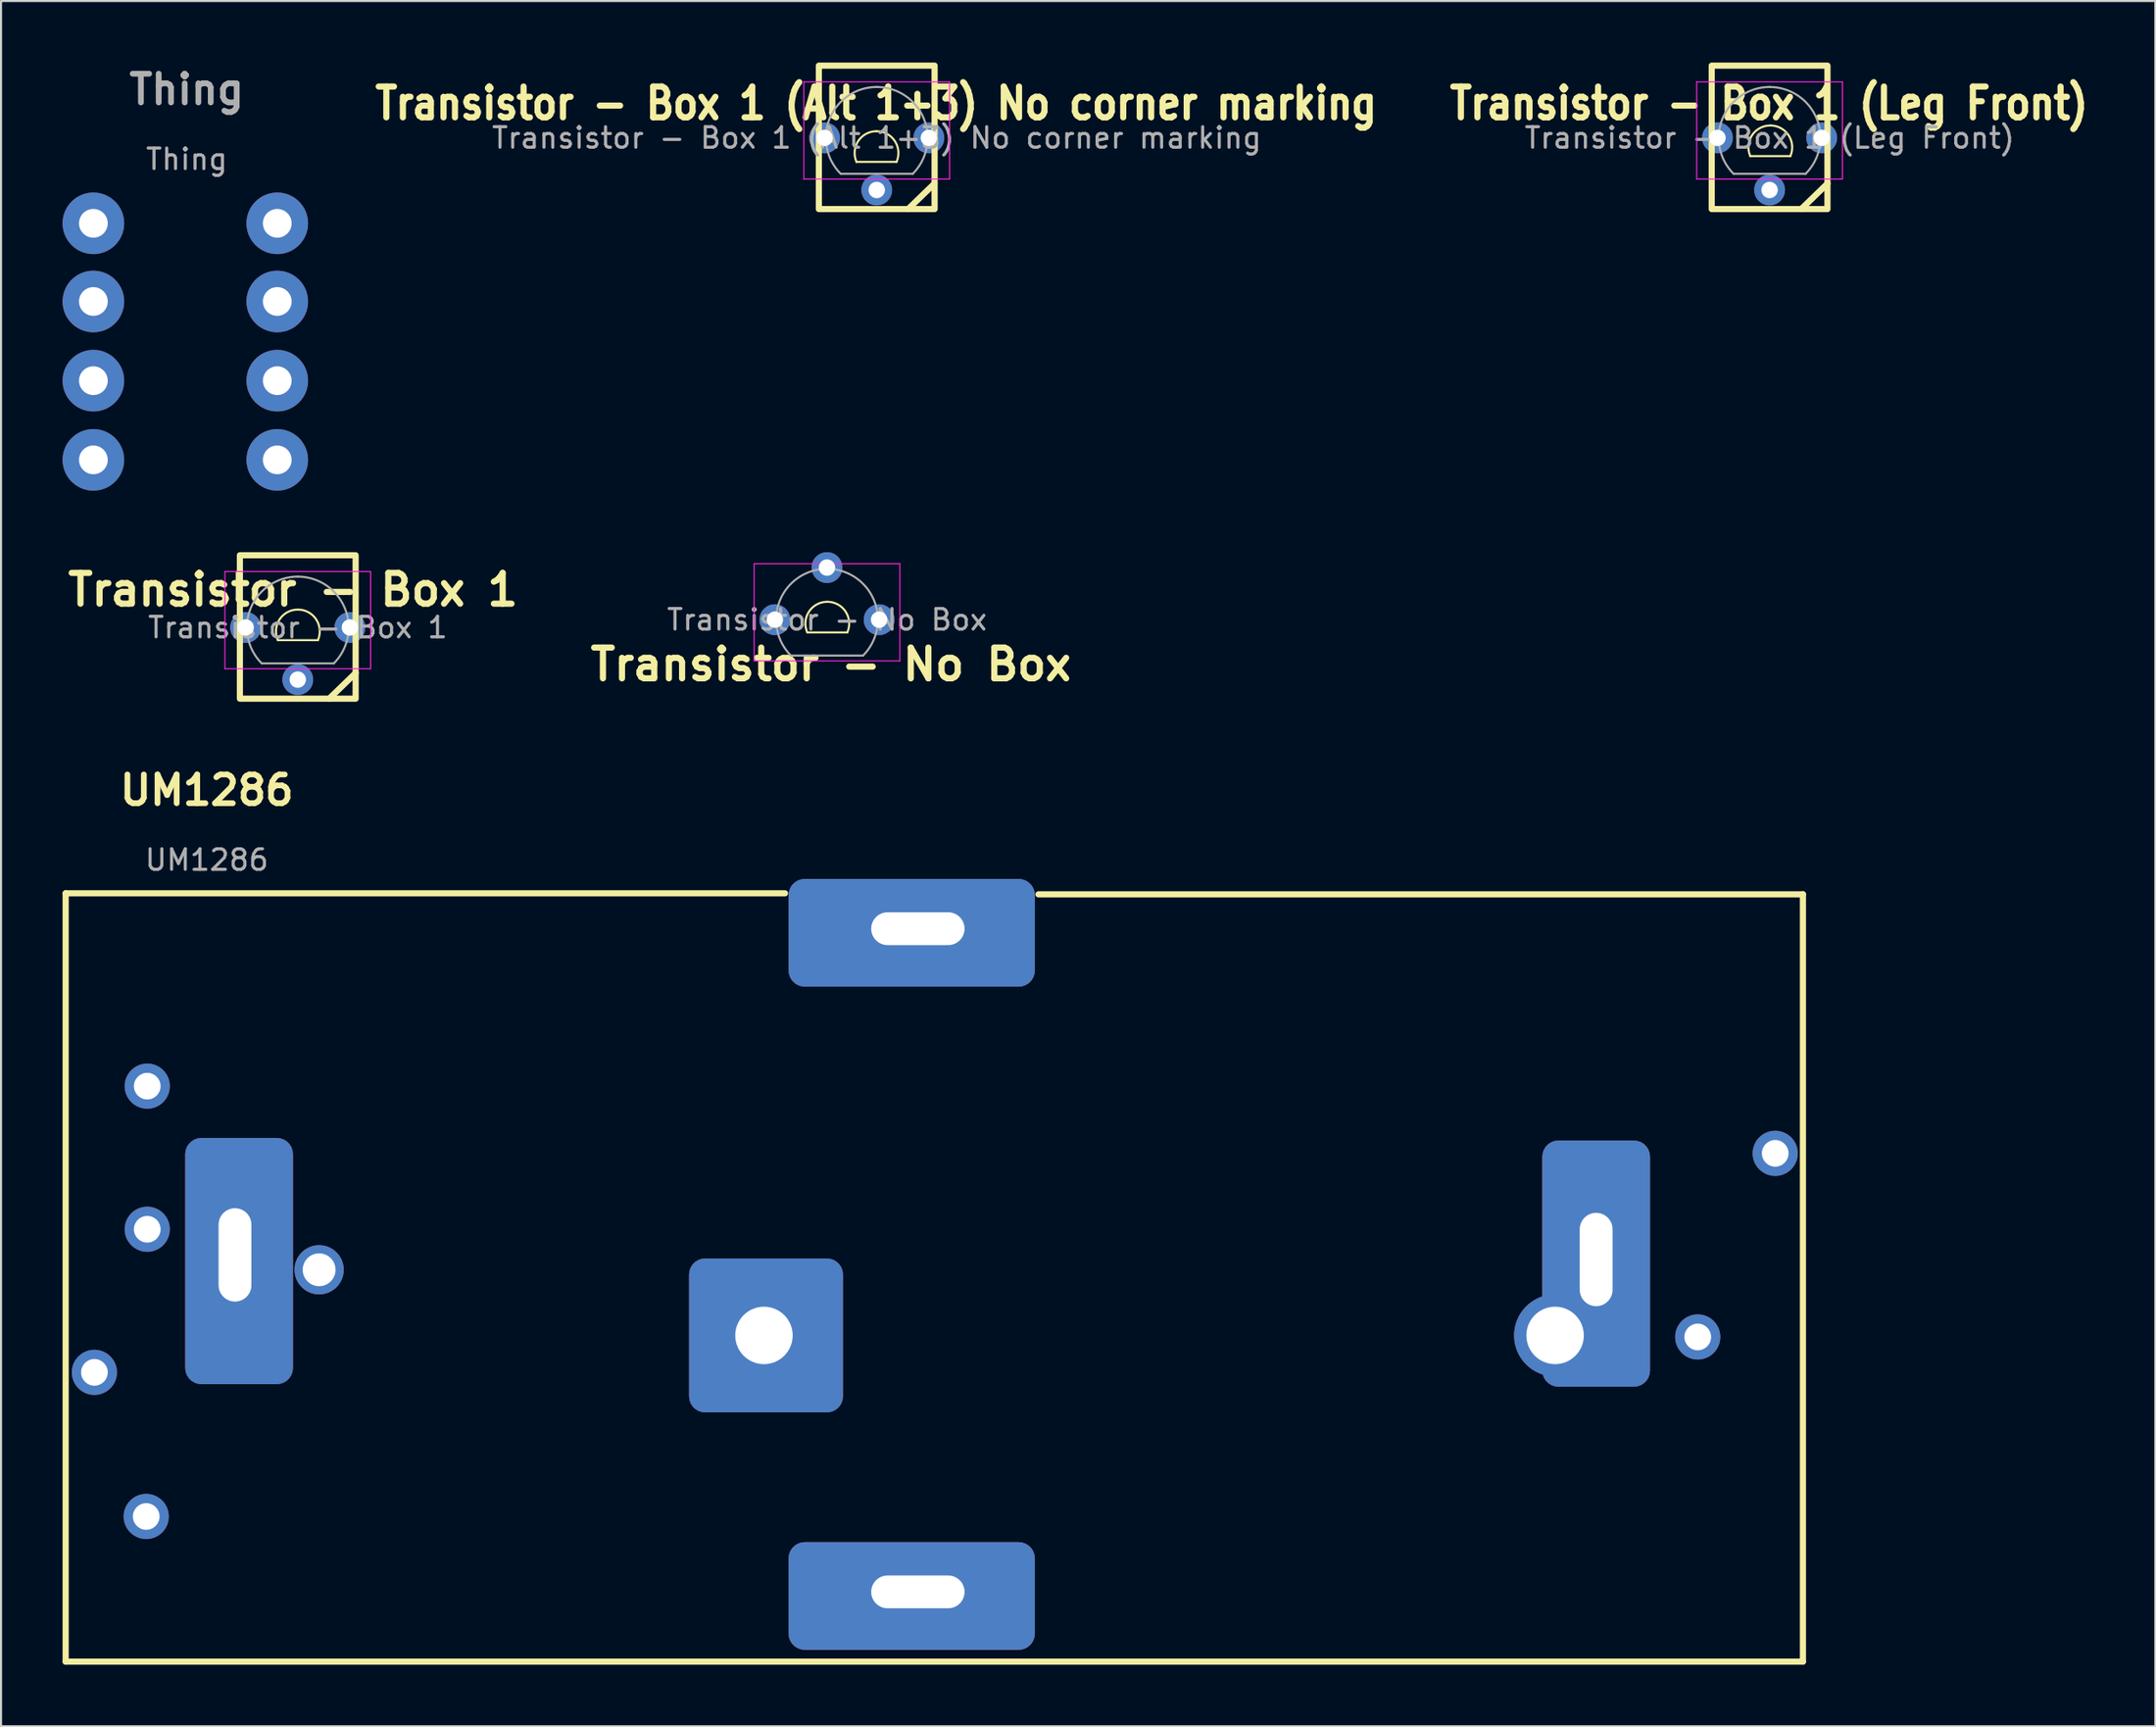
<source format=kicad_pcb>
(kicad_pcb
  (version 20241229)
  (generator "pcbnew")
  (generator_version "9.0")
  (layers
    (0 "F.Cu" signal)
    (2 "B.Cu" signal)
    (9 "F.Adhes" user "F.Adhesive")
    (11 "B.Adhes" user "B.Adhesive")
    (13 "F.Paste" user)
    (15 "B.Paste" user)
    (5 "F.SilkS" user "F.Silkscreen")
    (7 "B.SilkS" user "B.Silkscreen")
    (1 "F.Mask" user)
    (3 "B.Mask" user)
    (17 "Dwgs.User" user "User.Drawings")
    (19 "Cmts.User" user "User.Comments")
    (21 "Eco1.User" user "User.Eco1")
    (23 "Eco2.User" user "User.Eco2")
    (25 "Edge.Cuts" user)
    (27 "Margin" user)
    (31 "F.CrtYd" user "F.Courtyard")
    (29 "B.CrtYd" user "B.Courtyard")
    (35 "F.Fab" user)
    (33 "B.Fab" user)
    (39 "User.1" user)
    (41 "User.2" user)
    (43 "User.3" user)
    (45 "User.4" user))
  (footprint "Thing"
    (layer "F.Cu")
    (at 1.5 7.785)
    (property "Reference" "Thing" (at 4.55 -6.475 0) (unlocked yes) (layer "F.Fab") (effects (font (size 1.4 1.4) (thickness 0.28))))
    (attr through_hole)
    (fp_text user "${REFERENCE}" (at 4.55 -3.075 0) (unlocked yes) (layer "F.Fab") (effects (font (size 1 1) (thickness 0.15))))
    (pad "1" thru_hole circle (at 0 0.05) (size 3 3) (drill 1.4) (layers "*.Cu" "*.Mask"))
    (pad "2" thru_hole circle (at 0 3.86) (size 3 3) (drill 1.4) (layers "*.Cu" "*.Mask"))
    (pad "3" thru_hole circle (at 0 7.72) (size 3 3) (drill 1.4) (layers "*.Cu" "*.Mask"))
    (pad "4" thru_hole circle (at 0 11.58) (size 3 3) (drill 1.4) (layers "*.Cu" "*.Mask"))
    (pad "5" thru_hole circle (at 8.96 11.58) (size 3 3) (drill 1.4) (layers "*.Cu" "*.Mask"))
    (pad "6" thru_hole circle (at 8.96 7.72) (size 3 3) (drill 1.4) (layers "*.Cu" "*.Mask"))
    (pad "7" thru_hole circle (at 8.96 3.86) (size 3 3) (drill 1.4) (layers "*.Cu" "*.Mask"))
    (pad "8" thru_hole circle (at 8.96 0.05) (size 3 3) (drill 1.4) (layers "*.Cu" "*.Mask")))
  (footprint "Transistor - Box 1"
    (layer "F.Cu")
    (at 8.919 27.535)
    (property "Reference" "Transistor - Box 1" (at 2.31 -1.84 0) (layer "F.SilkS") (effects (font (size 1.5 1.5) (thickness 0.3) (bold yes))))
    (attr through_hole)
    (fp_line (start 1.57 0.62) (end 3.521 0.62) (stroke (width 0.1) (type solid)) (layer "F.SilkS"))
    (fp_line (start 4.08 3.46) (end 5.36 2.22) (stroke (width 0.3) (type default)) (layer "F.SilkS"))
    (fp_rect (start -0.28 -3.52) (end 5.36 3.47) (stroke (width 0.3) (type solid)) (fill no) (layer "F.SilkS"))
    (fp_arc (start 1.569532 0.620208) (mid 1.65 -0.39) (end 2.540753 -0.873274) (stroke (width 0.1) (type solid)) (layer "F.SilkS"))
    (fp_arc (start 2.549532 -0.873274) (mid 3.440285 -0.389999) (end 3.520753 0.620208) (stroke (width 0.1) (type solid)) (layer "F.SilkS"))
    (fp_line (start -1.01 -2.73) (end -1.01 2.01) (stroke (width 0.05) (type solid)) (layer "F.CrtYd"))
    (fp_line (start -1.01 -2.73) (end 6.09 -2.73) (stroke (width 0.05) (type solid)) (layer "F.CrtYd"))
    (fp_line (start 6.09 2.01) (end -1.01 2.01) (stroke (width 0.05) (type solid)) (layer "F.CrtYd"))
    (fp_line (start 6.09 2.01) (end 6.09 -2.73) (stroke (width 0.05) (type solid)) (layer "F.CrtYd"))
    (fp_line (start 0.8 1.75) (end 4.3 1.75) (stroke (width 0.1) (type solid)) (layer "F.Fab"))
    (fp_arc (start 0.786375 1.753625) (mid 0.248779 -0.949055) (end 2.54 -2.48) (stroke (width 0.1) (type solid)) (layer "F.Fab"))
    (fp_arc (start 2.54 -2.48) (mid 4.831221 -0.949055) (end 4.293625 1.753625) (stroke (width 0.1) (type solid)) (layer "F.Fab"))
    (fp_text user "${REFERENCE}" (at 2.54 0 0) (layer "F.Fab") (effects (font (size 1 1) (thickness 0.15))))
    (pad "1" thru_hole circle (at 5.08 0) (size 1.5 1.5) (drill 0.8) (layers "*.Cu" "*.Mask"))
    (pad "2" thru_hole circle (at 2.54 2.54) (size 1.5 1.5) (drill 0.8) (layers "*.Cu" "*.Mask"))
    (pad "3" thru_hole circle (at 0 0) (size 1.5 1.5) (drill 0.8) (layers "*.Cu" "*.Mask")))
  (footprint "Transistor - Box 1 (Alt 1+3) No corner marking"
    (layer "F.Cu")
    (at 37.13 3.67)
    (property "Reference" "Transistor - Box 1 (Alt 1+3) No corner marking" (at 2.51 -1.68 0) (layer "F.SilkS") (effects (font (size 1.5 1.3) (thickness 0.3) (bold yes))))
    (attr through_hole)
    (fp_line (start 1.554 1.17) (end 3.506 1.17) (stroke (width 0.1) (type solid)) (layer "F.SilkS"))
    (fp_line (start 4.07 3.47) (end 5.35 2.23) (stroke (width 0.3) (type default)) (layer "F.SilkS"))
    (fp_rect (start -0.28 -3.52) (end 5.36 3.47) (stroke (width 0.3) (type solid)) (fill no) (layer "F.SilkS"))
    (fp_arc (start 1.554389 1.17) (mid 1.634857 0.159792) (end 2.52561 -0.323482) (stroke (width 0.1) (type solid)) (layer "F.SilkS"))
    (fp_arc (start 2.534389 -0.323482) (mid 3.425142 0.159793) (end 3.50561 1.17) (stroke (width 0.1) (type solid)) (layer "F.SilkS"))
    (fp_line (start -1.01 -2.73) (end -1.01 2.01) (stroke (width 0.05) (type solid)) (layer "F.CrtYd"))
    (fp_line (start -1.01 -2.73) (end 6.09 -2.73) (stroke (width 0.05) (type solid)) (layer "F.CrtYd"))
    (fp_line (start 6.09 2.01) (end -1.01 2.01) (stroke (width 0.05) (type solid)) (layer "F.CrtYd"))
    (fp_line (start 6.09 2.01) (end 6.09 -2.73) (stroke (width 0.05) (type solid)) (layer "F.CrtYd"))
    (fp_line (start 0.8 1.75) (end 4.3 1.75) (stroke (width 0.1) (type solid)) (layer "F.Fab"))
    (fp_arc (start 0.786375 1.753625) (mid 0.248779 -0.949055) (end 2.54 -2.48) (stroke (width 0.1) (type solid)) (layer "F.Fab"))
    (fp_arc (start 2.54 -2.48) (mid 4.831221 -0.949055) (end 4.293625 1.753625) (stroke (width 0.1) (type solid)) (layer "F.Fab"))
    (fp_text user "${REFERENCE}" (at 2.54 0 0) (layer "F.Fab") (effects (font (size 1 1) (thickness 0.15))))
    (pad "1" thru_hole circle (at 0 0) (size 1.5 1.5) (drill 0.8) (layers "*.Cu" "*.Mask"))
    (pad "2" thru_hole circle (at 2.54 2.54) (size 1.5 1.5) (drill 0.8) (layers "*.Cu" "*.Mask"))
    (pad "3" thru_hole circle (at 5.08 0) (size 1.5 1.5) (drill 0.8) (layers "*.Cu" "*.Mask")))
  (footprint "Transistor - Box 1 (Leg Front)"
    (layer "F.Cu")
    (at 80.636 3.67)
    (property "Reference" "Transistor - Box 1 (Leg Front)" (at 2.51 -1.68 0) (layer "F.SilkS") (effects (font (size 1.5 1.3) (thickness 0.3) (bold yes))))
    (attr through_hole)
    (fp_line (start 1.6 0.89) (end 3.551 0.89) (stroke (width 0.1) (type solid)) (layer "F.SilkS"))
    (fp_line (start 4.08 3.47) (end 5.36 2.23) (stroke (width 0.3) (type default)) (layer "F.SilkS"))
    (fp_rect (start -0.28 -3.52) (end 5.36 3.47) (stroke (width 0.3) (type solid)) (fill no) (layer "F.SilkS"))
    (fp_arc (start 1.599532 0.890208) (mid 1.68 -0.12) (end 2.570753 -0.603274) (stroke (width 0.1) (type solid)) (layer "F.SilkS"))
    (fp_arc (start 2.579532 -0.603274) (mid 3.470285 -0.119999) (end 3.550753 0.890208) (stroke (width 0.1) (type solid)) (layer "F.SilkS"))
    (fp_line (start -1.01 -2.73) (end -1.01 2.01) (stroke (width 0.05) (type solid)) (layer "F.CrtYd"))
    (fp_line (start -1.01 -2.73) (end 6.09 -2.73) (stroke (width 0.05) (type solid)) (layer "F.CrtYd"))
    (fp_line (start 6.09 2.01) (end -1.01 2.01) (stroke (width 0.05) (type solid)) (layer "F.CrtYd"))
    (fp_line (start 6.09 2.01) (end 6.09 -2.73) (stroke (width 0.05) (type solid)) (layer "F.CrtYd"))
    (fp_line (start 0.8 1.75) (end 4.3 1.75) (stroke (width 0.1) (type solid)) (layer "F.Fab"))
    (fp_arc (start 0.786375 1.753625) (mid 0.248779 -0.949055) (end 2.54 -2.48) (stroke (width 0.1) (type solid)) (layer "F.Fab"))
    (fp_arc (start 2.54 -2.48) (mid 4.831221 -0.949055) (end 4.293625 1.753625) (stroke (width 0.1) (type solid)) (layer "F.Fab"))
    (fp_text user "${REFERENCE}" (at 2.54 0 0) (layer "F.Fab") (effects (font (size 1 1) (thickness 0.15))))
    (pad "1" thru_hole circle (at 0 0) (size 1.5 1.5) (drill 0.8) (layers "*.Cu" "*.Mask"))
    (pad "2" thru_hole circle (at 2.54 2.54) (size 1.5 1.5) (drill 0.8) (layers "*.Cu" "*.Mask"))
    (pad "3" thru_hole circle (at 5.08 0) (size 1.5 1.5) (drill 0.8) (layers "*.Cu" "*.Mask")))
  (footprint "UM1286"
    (layer "F.Cu")
    (at 4.075 70.866)
    (property "Reference" "UM1286" (at 2.95 -35.4 0) (unlocked yes) (layer "F.SilkS") (effects (font (size 1.4 1.4) (thickness 0.28))))
    (attr through_hole)
    (fp_line (start -3.925 -30.375) (end -3.925 7.075) (stroke (width 0.3) (type default)) (layer "F.SilkS"))
    (fp_line (start -3.925 -30.375) (end 31.125 -30.375) (stroke (width 0.3) (type default)) (layer "F.SilkS"))
    (fp_line (start -3.925 7.075) (end 80.725 7.075) (stroke (width 0.3) (type default)) (layer "F.SilkS"))
    (fp_line (start 80.725 -30.325) (end 43.475 -30.325) (stroke (width 0.3) (type default)) (layer "F.SilkS"))
    (fp_line (start 80.725 7.075) (end 80.725 -30.325) (stroke (width 0.3) (type default)) (layer "F.SilkS"))
    (fp_text user "${REFERENCE}" (at 2.95 -32 0) (unlocked yes) (layer "F.Fab") (effects (font (size 1 1) (thickness 0.15))))
    (pad "1" thru_hole circle (at 0 0 90) (size 2.2 2.2) (drill 1.3) (layers "*.Cu" "*.Mask"))
    (pad "1" thru_hole circle (at 75.6 -8.75 90) (size 2.2 2.2) (drill 1.3) (layers "*.Cu" "*.Mask"))
    (pad "2" thru_hole circle (at -2.525 -7.025 90) (size 2.2 2.2) (drill 1.3) (layers "*.Cu" "*.Mask"))
    (pad "2" thru_hole circle (at 79.375 -17.7 90) (size 2.2 2.2) (drill 1.3) (layers "*.Cu" "*.Mask"))
    (pad "3" thru_hole circle (at 0.05 -14 90) (size 2.2 2.2) (drill 1.3) (layers "*.Cu" "*.Mask"))
    (pad "4" thru_hole circle (at 0.05 -20.975 90) (size 2.2 2.2) (drill 1.3) (layers "*.Cu" "*.Mask"))
    (pad "5" thru_hole roundrect (at 4.325 -12.75 90) (size 12 5.25) (drill oval 4.55 1.6 (offset -0.3 0.2)) (layers "*.Cu" "*.Mask") (roundrect_rratio 0.15))
    (pad "5" thru_hole circle (at 8.425 -12.025 90) (size 2.4 2.4) (drill 1.6) (layers "*.Cu" "*.Mask"))
    (pad "5" thru_hole roundrect (at 30.1 -8.825 90) (size 7.5 7.5) (drill 2.8 (offset 0 0.1)) (layers "*.Cu" "*.Mask") (roundrect_rratio 0.104))
    (pad "5" thru_hole roundrect (at 37.6 -28.65) (size 12 5.25) (drill oval 4.55 1.6 (offset -0.3 0.2)) (layers "*.Cu" "*.Mask") (roundrect_rratio 0.15))
    (pad "5" thru_hole roundrect (at 37.6 3.675) (size 12 5.25) (drill oval 4.55 1.6 (offset -0.3 0.2)) (layers "*.Cu" "*.Mask") (roundrect_rratio 0.15))
    (pad "5" thru_hole circle (at 68.65 -8.825 90) (size 4 4) (drill 2.8) (layers "*.Cu" "*.Mask"))
    (pad "5" thru_hole roundrect (at 70.65 -12.525 90) (size 12 5.25) (drill oval 4.55 1.6 (offset -0.2 0)) (layers "*.Cu" "*.Mask") (roundrect_rratio 0.15)))
  (footprint "Transistor - No Box"
    (layer "F.Cu")
    (at 34.706 27.155)
    (property "Reference" "Transistor - No Box" (at 2.73 2.18 0) (layer "F.SilkS") (effects (font (size 1.5 1.5) (thickness 0.3) (bold yes))))
    (attr through_hole)
    (fp_line (start 1.58 0.62) (end 3.531 0.62) (stroke (width 0.1) (type solid)) (layer "F.SilkS"))
    (fp_arc (start 1.579532 0.620208) (mid 1.66 -0.39) (end 2.550753 -0.873274) (stroke (width 0.1) (type solid)) (layer "F.SilkS"))
    (fp_arc (start 2.559532 -0.873274) (mid 3.450285 -0.389999) (end 3.530753 0.620208) (stroke (width 0.1) (type solid)) (layer "F.SilkS"))
    (fp_line (start -1.01 -2.73) (end -1.01 2.01) (stroke (width 0.05) (type solid)) (layer "F.CrtYd"))
    (fp_line (start -1.01 -2.73) (end 6.09 -2.73) (stroke (width 0.05) (type solid)) (layer "F.CrtYd"))
    (fp_line (start 6.09 2.01) (end -1.01 2.01) (stroke (width 0.05) (type solid)) (layer "F.CrtYd"))
    (fp_line (start 6.09 2.01) (end 6.09 -2.73) (stroke (width 0.05) (type solid)) (layer "F.CrtYd"))
    (fp_line (start 0.8 1.75) (end 4.3 1.75) (stroke (width 0.1) (type solid)) (layer "F.Fab"))
    (fp_arc (start 0.786375 1.753625) (mid 0.248779 -0.949055) (end 2.54 -2.48) (stroke (width 0.1) (type solid)) (layer "F.Fab"))
    (fp_arc (start 2.54 -2.48) (mid 4.831221 -0.949055) (end 4.293625 1.753625) (stroke (width 0.1) (type solid)) (layer "F.Fab"))
    (fp_text user "${REFERENCE}" (at 2.54 0 0) (layer "F.Fab") (effects (font (size 1 1) (thickness 0.15))))
    (pad "1" thru_hole circle (at 0 0) (size 1.5 1.5) (drill 0.8) (layers "*.Cu" "*.Mask"))
    (pad "2" thru_hole circle (at 2.54 -2.54) (size 1.5 1.5) (drill 0.8) (layers "*.Cu" "*.Mask"))
    (pad "3" thru_hole circle (at 5.08 0) (size 1.5 1.5) (drill 0.8) (layers "*.Cu" "*.Mask")))
  (gr_rect
    (start -3 -3)
    (end 101.973 81.091)
    (stroke (width 0.1) (type default))
    (fill no)
    (layer "Edge.Cuts")))
</source>
